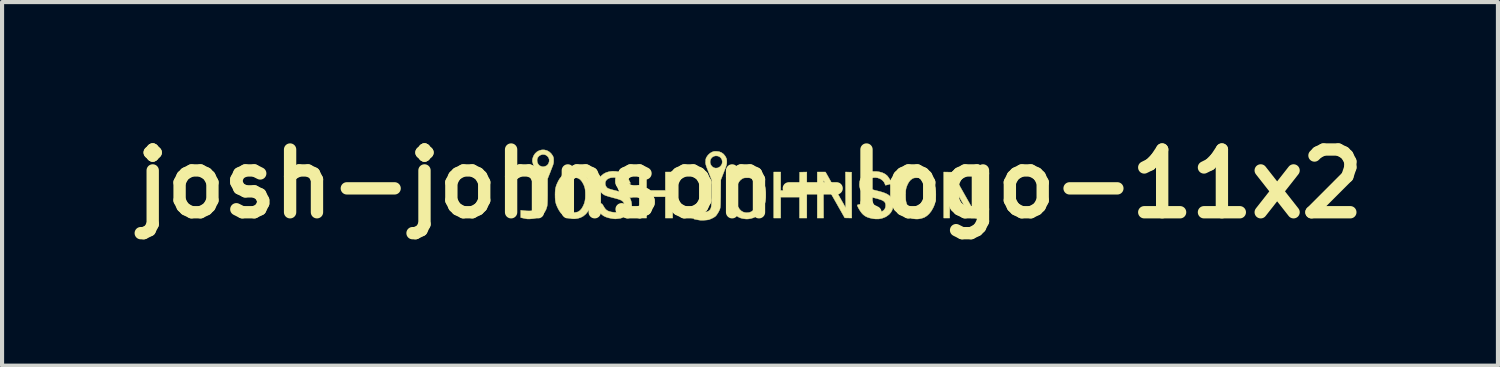
<source format=kicad_pcb>
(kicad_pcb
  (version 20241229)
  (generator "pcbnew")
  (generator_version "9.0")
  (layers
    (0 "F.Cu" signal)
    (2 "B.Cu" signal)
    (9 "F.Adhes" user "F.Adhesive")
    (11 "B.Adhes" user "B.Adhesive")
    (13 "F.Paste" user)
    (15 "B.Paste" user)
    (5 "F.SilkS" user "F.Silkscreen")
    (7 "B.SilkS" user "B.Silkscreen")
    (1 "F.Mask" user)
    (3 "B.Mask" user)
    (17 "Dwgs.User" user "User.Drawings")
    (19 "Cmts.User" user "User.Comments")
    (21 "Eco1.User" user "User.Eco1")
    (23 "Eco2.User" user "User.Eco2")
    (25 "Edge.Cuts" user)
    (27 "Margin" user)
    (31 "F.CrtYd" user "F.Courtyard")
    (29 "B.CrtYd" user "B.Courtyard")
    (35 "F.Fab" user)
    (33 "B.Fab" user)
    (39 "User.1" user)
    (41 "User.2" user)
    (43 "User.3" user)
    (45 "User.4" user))
  (footprint "josh-johnson-logo-11x2"
    (layer "F.Cu")
    (at 15.175 1.418)
    (property "Reference" "josh-johnson-logo-11x2" (at 0 0 0) (layer "F.SilkS") (effects (font (size 1.524 1.524) (thickness 0.3))))
    (attr through_hole)
    (fp_poly (pts (xy -2.515 0.161) (xy -2.057 0.161) (xy -2.057 -0.288) (xy -1.88 -0.288) (xy -1.88 0.83) (xy -2.057 0.83) (xy -2.057 0.313) (xy -2.515 0.313) (xy -2.515 0.83) (xy -2.692 0.83) (xy -2.692 -0.288) (xy -2.515 -0.288) (xy -2.515 0.161)) (stroke (width 0.01) (type solid)) (fill yes) (layer "F.SilkS"))
    (fp_poly (pts (xy 1.38 0.83) (xy 1.202 0.83) (xy 1.202 0.322) (xy 0.745 0.322) (xy 0.745 0.83) (xy 0.576 0.83) (xy 0.576 -0.288) (xy 0.745 -0.288) (xy 0.745 0.161) (xy 1.202 0.161) (xy 1.204 -0.061) (xy 1.206 -0.284) (xy 1.38 -0.288) (xy 1.38 0.83)) (stroke (width 0.01) (type solid)) (fill yes) (layer "F.SilkS"))
    (fp_poly (pts (xy 4.807 -0.286) (xy 4.906 -0.284) (xy 5.393 0.579) (xy 5.393 -0.288) (xy 5.537 -0.288) (xy 5.537 0.83) (xy 5.372 0.829) (xy 5.114 0.371) (xy 4.856 -0.088) (xy 4.853 0.371) (xy 4.851 0.83) (xy 4.707 0.83) (xy 4.707 -0.288) (xy 4.807 -0.286)) (stroke (width 0.01) (type solid)) (fill yes) (layer "F.SilkS"))
    (fp_poly (pts (xy 2.394 -0.286) (xy 2.468 -0.284) (xy 2.47 0.273) (xy 2.472 0.83) (xy 2.302 0.826) (xy 2.048 0.377) (xy 2.002 0.297) (xy 1.959 0.221) (xy 1.92 0.15) (xy 1.884 0.087) (xy 1.852 0.032) (xy 1.826 -0.014) (xy 1.807 -0.049) (xy 1.794 -0.072) (xy 1.788 -0.082) (xy 1.788 -0.082) (xy 1.787 -0.076) (xy 1.786 -0.054) (xy 1.785 -0.018) (xy 1.785 0.03) (xy 1.784 0.089) (xy 1.784 0.158) (xy 1.784 0.234) (xy 1.785 0.317) (xy 1.785 0.369) (xy 1.787 0.83) (xy 1.634 0.83) (xy 1.634 -0.288) (xy 1.834 -0.288) (xy 2.021 0.044) (xy 2.063 0.118) (xy 2.104 0.19) (xy 2.143 0.259) (xy 2.179 0.324) (xy 2.211 0.381) (xy 2.238 0.429) (xy 2.259 0.465) (xy 2.267 0.479) (xy 2.324 0.582) (xy 2.322 0.147) (xy 2.319 -0.289) (xy 2.394 -0.286)) (stroke (width 0.01) (type solid)) (fill yes) (layer "F.SilkS"))
    (fp_poly (pts (xy -4.241 -0.307) (xy -4.216 -0.304) (xy -4.157 -0.293) (xy -4.11 -0.278) (xy -4.068 -0.257) (xy -4.028 -0.226) (xy -3.996 -0.197) (xy -3.931 -0.125) (xy -3.882 -0.044) (xy -3.846 0.045) (xy -3.825 0.143) (xy -3.821 0.182) (xy -3.817 0.288) (xy -3.826 0.386) (xy -3.847 0.478) (xy -3.881 0.568) (xy -3.892 0.591) (xy -3.938 0.668) (xy -3.991 0.733) (xy -4.051 0.783) (xy -4.116 0.818) (xy -4.183 0.838) (xy -4.229 0.845) (xy -4.264 0.849) (xy -4.292 0.849) (xy -4.321 0.847) (xy -4.339 0.845) (xy -4.418 0.828) (xy -4.486 0.8) (xy -4.546 0.759) (xy -4.599 0.705) (xy -4.645 0.636) (xy -4.674 0.581) (xy -4.697 0.53) (xy -4.714 0.484) (xy -4.725 0.44) (xy -4.732 0.392) (xy -4.736 0.337) (xy -4.737 0.271) (xy -4.737 0.263) (xy -4.554 0.263) (xy -4.553 0.305) (xy -4.551 0.355) (xy -4.549 0.392) (xy -4.546 0.421) (xy -4.54 0.445) (xy -4.532 0.47) (xy -4.522 0.497) (xy -4.494 0.558) (xy -4.461 0.61) (xy -4.426 0.649) (xy -4.412 0.66) (xy -4.366 0.683) (xy -4.312 0.695) (xy -4.254 0.696) (xy -4.199 0.685) (xy -4.178 0.678) (xy -4.134 0.649) (xy -4.094 0.605) (xy -4.059 0.546) (xy -4.053 0.533) (xy -4.032 0.485) (xy -4.018 0.441) (xy -4.009 0.397) (xy -4.003 0.346) (xy -4.001 0.285) (xy -4.001 0.262) (xy -4.002 0.198) (xy -4.006 0.145) (xy -4.014 0.1) (xy -4.026 0.058) (xy -4.045 0.015) (xy -4.058 -0.011) (xy -4.093 -0.068) (xy -4.132 -0.11) (xy -4.178 -0.138) (xy -4.232 -0.152) (xy -4.29 -0.155) (xy -4.35 -0.146) (xy -4.403 -0.122) (xy -4.449 -0.083) (xy -4.488 -0.029) (xy -4.512 0.022) (xy -4.53 0.067) (xy -4.542 0.11) (xy -4.55 0.154) (xy -4.553 0.203) (xy -4.554 0.263) (xy -4.737 0.263) (xy -4.736 0.203) (xy -4.732 0.148) (xy -4.725 0.101) (xy -4.713 0.057) (xy -4.697 0.012) (xy -4.673 -0.039) (xy -4.672 -0.042) (xy -4.648 -0.088) (xy -4.626 -0.124) (xy -4.602 -0.155) (xy -4.573 -0.186) (xy -4.571 -0.188) (xy -4.523 -0.231) (xy -4.476 -0.262) (xy -4.426 -0.284) (xy -4.366 -0.298) (xy -4.355 -0.301) (xy -4.311 -0.307) (xy -4.275 -0.309) (xy -4.241 -0.307)) (stroke (width 0.01) (type solid)) (fill yes) (layer "F.SilkS"))
    (fp_poly (pts (xy -4.943 -0.813) (xy -4.924 -0.805) (xy -4.876 -0.777) (xy -4.832 -0.736) (xy -4.798 -0.689) (xy -4.794 -0.682) (xy -4.782 -0.657) (xy -4.775 -0.634) (xy -4.772 -0.607) (xy -4.772 -0.569) (xy -4.772 -0.567) (xy -4.772 -0.544) (xy -4.773 -0.524) (xy -4.776 -0.504) (xy -4.781 -0.482) (xy -4.789 -0.455) (xy -4.802 -0.421) (xy -4.819 -0.377) (xy -4.841 -0.321) (xy -4.845 -0.309) (xy -4.919 -0.123) (xy -4.919 0.182) (xy -4.919 0.272) (xy -4.92 0.346) (xy -4.921 0.406) (xy -4.923 0.454) (xy -4.925 0.492) (xy -4.928 0.521) (xy -4.931 0.542) (xy -4.931 0.543) (xy -4.956 0.622) (xy -4.993 0.69) (xy -5.043 0.748) (xy -5.104 0.793) (xy -5.176 0.826) (xy -5.186 0.829) (xy -5.221 0.837) (xy -5.266 0.844) (xy -5.316 0.849) (xy -5.364 0.852) (xy -5.405 0.852) (xy -5.423 0.85) (xy -5.444 0.846) (xy -5.475 0.84) (xy -5.509 0.833) (xy -5.51 0.833) (xy -5.571 0.82) (xy -5.571 0.641) (xy -5.527 0.647) (xy -5.437 0.656) (xy -5.361 0.658) (xy -5.299 0.654) (xy -5.249 0.643) (xy -5.21 0.625) (xy -5.18 0.599) (xy -5.162 0.572) (xy -5.157 0.563) (xy -5.154 0.553) (xy -5.15 0.542) (xy -5.148 0.526) (xy -5.146 0.504) (xy -5.145 0.476) (xy -5.144 0.438) (xy -5.143 0.389) (xy -5.142 0.328) (xy -5.141 0.252) (xy -5.141 0.205) (xy -5.138 -0.128) (xy -5.207 -0.304) (xy -5.233 -0.374) (xy -5.254 -0.431) (xy -5.27 -0.476) (xy -5.28 -0.513) (xy -5.286 -0.543) (xy -5.288 -0.568) (xy -5.287 -0.592) (xy -5.286 -0.595) (xy -5.173 -0.595) (xy -5.173 -0.552) (xy -5.163 -0.51) (xy -5.143 -0.473) (xy -5.117 -0.446) (xy -5.104 -0.438) (xy -5.066 -0.423) (xy -5.036 -0.416) (xy -5.008 -0.418) (xy -4.976 -0.427) (xy -4.937 -0.446) (xy -4.91 -0.474) (xy -4.893 -0.504) (xy -4.879 -0.551) (xy -4.881 -0.598) (xy -4.897 -0.64) (xy -4.926 -0.676) (xy -4.965 -0.702) (xy -4.997 -0.712) (xy -5.042 -0.715) (xy -5.087 -0.702) (xy -5.127 -0.677) (xy -5.157 -0.641) (xy -5.162 -0.633) (xy -5.173 -0.595) (xy -5.286 -0.595) (xy -5.282 -0.616) (xy -5.28 -0.626) (xy -5.256 -0.687) (xy -5.221 -0.739) (xy -5.176 -0.78) (xy -5.123 -0.809) (xy -5.065 -0.825) (xy -5.004 -0.827) (xy -4.943 -0.813)) (stroke (width 0.01) (type solid)) (fill yes) (layer "F.SilkS"))
    (fp_poly (pts (xy -0.004 -0.298) (xy 0.066 -0.282) (xy 0.129 -0.257) (xy 0.129 -0.256) (xy 0.164 -0.232) (xy 0.204 -0.196) (xy 0.244 -0.154) (xy 0.281 -0.108) (xy 0.31 -0.063) (xy 0.316 -0.053) (xy 0.343 0.005) (xy 0.363 0.063) (xy 0.375 0.125) (xy 0.382 0.195) (xy 0.383 0.258) (xy 0.382 0.334) (xy 0.376 0.397) (xy 0.366 0.454) (xy 0.349 0.508) (xy 0.325 0.565) (xy 0.316 0.583) (xy 0.29 0.634) (xy 0.262 0.675) (xy 0.228 0.716) (xy 0.217 0.727) (xy 0.17 0.771) (xy 0.126 0.803) (xy 0.079 0.825) (xy 0.025 0.84) (xy 0.011 0.843) (xy -0.035 0.851) (xy -0.074 0.854) (xy -0.113 0.852) (xy -0.159 0.845) (xy -0.174 0.843) (xy -0.227 0.83) (xy -0.272 0.811) (xy -0.315 0.783) (xy -0.361 0.743) (xy -0.366 0.739) (xy -0.397 0.706) (xy -0.422 0.674) (xy -0.445 0.637) (xy -0.466 0.598) (xy -0.493 0.538) (xy -0.513 0.482) (xy -0.526 0.425) (xy -0.533 0.362) (xy -0.535 0.289) (xy -0.535 0.275) (xy -0.351 0.275) (xy -0.35 0.34) (xy -0.347 0.392) (xy -0.34 0.437) (xy -0.328 0.477) (xy -0.311 0.519) (xy -0.29 0.561) (xy -0.252 0.619) (xy -0.207 0.662) (xy -0.154 0.689) (xy -0.096 0.701) (xy -0.032 0.697) (xy 0.001 0.689) (xy 0.049 0.666) (xy 0.093 0.628) (xy 0.131 0.576) (xy 0.163 0.511) (xy 0.187 0.434) (xy 0.192 0.412) (xy 0.198 0.367) (xy 0.202 0.313) (xy 0.202 0.255) (xy 0.2 0.195) (xy 0.195 0.14) (xy 0.187 0.094) (xy 0.18 0.067) (xy 0.151 -0.001) (xy 0.12 -0.055) (xy 0.083 -0.096) (xy 0.044 -0.125) (xy 0.022 -0.136) (xy 0.003 -0.143) (xy -0.021 -0.147) (xy -0.054 -0.148) (xy -0.072 -0.148) (xy -0.113 -0.147) (xy -0.142 -0.144) (xy -0.165 -0.138) (xy -0.182 -0.13) (xy -0.231 -0.095) (xy -0.271 -0.046) (xy -0.296 -0.003) (xy -0.317 0.043) (xy -0.332 0.083) (xy -0.342 0.123) (xy -0.348 0.167) (xy -0.351 0.219) (xy -0.351 0.275) (xy -0.535 0.275) (xy -0.533 0.197) (xy -0.526 0.13) (xy -0.513 0.07) (xy -0.493 0.012) (xy -0.468 -0.042) (xy -0.429 -0.109) (xy -0.381 -0.17) (xy -0.328 -0.222) (xy -0.278 -0.257) (xy -0.219 -0.283) (xy -0.151 -0.298) (xy -0.078 -0.303) (xy -0.004 -0.298)) (stroke (width 0.01) (type solid)) (fill yes) (layer "F.SilkS"))
    (fp_poly (pts (xy 4.102 -0.302) (xy 4.149 -0.294) (xy 4.196 -0.283) (xy 4.237 -0.269) (xy 4.268 -0.254) (xy 4.27 -0.253) (xy 4.32 -0.212) (xy 4.37 -0.161) (xy 4.414 -0.106) (xy 4.441 -0.063) (xy 4.47 -0.004) (xy 4.491 0.053) (xy 4.505 0.113) (xy 4.513 0.18) (xy 4.515 0.258) (xy 4.514 0.333) (xy 4.509 0.396) (xy 4.498 0.452) (xy 4.482 0.506) (xy 4.459 0.561) (xy 4.445 0.589) (xy 4.403 0.662) (xy 4.353 0.725) (xy 4.299 0.775) (xy 4.242 0.811) (xy 4.238 0.814) (xy 4.184 0.833) (xy 4.125 0.847) (xy 4.067 0.854) (xy 4.014 0.852) (xy 4 0.85) (xy 3.946 0.839) (xy 3.904 0.828) (xy 3.871 0.817) (xy 3.843 0.802) (xy 3.817 0.783) (xy 3.787 0.758) (xy 3.768 0.74) (xy 3.738 0.71) (xy 3.714 0.681) (xy 3.693 0.649) (xy 3.671 0.607) (xy 3.666 0.598) (xy 3.638 0.534) (xy 3.617 0.472) (xy 3.605 0.407) (xy 3.598 0.335) (xy 3.597 0.275) (xy 3.781 0.275) (xy 3.782 0.34) (xy 3.785 0.392) (xy 3.792 0.436) (xy 3.803 0.477) (xy 3.82 0.518) (xy 3.842 0.561) (xy 3.88 0.619) (xy 3.925 0.662) (xy 3.977 0.689) (xy 4.036 0.701) (xy 4.099 0.697) (xy 4.132 0.689) (xy 4.183 0.666) (xy 4.227 0.627) (xy 4.265 0.573) (xy 4.291 0.517) (xy 4.31 0.465) (xy 4.323 0.417) (xy 4.33 0.367) (xy 4.334 0.31) (xy 4.335 0.262) (xy 4.333 0.191) (xy 4.326 0.132) (xy 4.315 0.08) (xy 4.296 0.029) (xy 4.289 0.013) (xy 4.262 -0.039) (xy 4.234 -0.078) (xy 4.201 -0.108) (xy 4.175 -0.125) (xy 4.154 -0.136) (xy 4.134 -0.143) (xy 4.111 -0.147) (xy 4.078 -0.148) (xy 4.06 -0.148) (xy 4.019 -0.147) (xy 3.99 -0.144) (xy 3.967 -0.138) (xy 3.95 -0.13) (xy 3.903 -0.096) (xy 3.863 -0.049) (xy 3.837 -0.004) (xy 3.816 0.041) (xy 3.801 0.082) (xy 3.79 0.123) (xy 3.784 0.169) (xy 3.781 0.223) (xy 3.781 0.275) (xy 3.597 0.275) (xy 3.6 0.191) (xy 3.609 0.118) (xy 3.626 0.051) (xy 3.651 -0.015) (xy 3.664 -0.042) (xy 3.703 -0.109) (xy 3.751 -0.171) (xy 3.804 -0.222) (xy 3.853 -0.257) (xy 3.897 -0.276) (xy 3.951 -0.292) (xy 4.009 -0.301) (xy 4.061 -0.305) (xy 4.102 -0.302)) (stroke (width 0.01) (type solid)) (fill yes) (layer "F.SilkS"))
    (fp_poly (pts (xy -0.754 -0.784) (xy -0.694 -0.761) (xy -0.643 -0.724) (xy -0.602 -0.673) (xy -0.587 -0.645) (xy -0.573 -0.615) (xy -0.566 -0.587) (xy -0.564 -0.554) (xy -0.564 -0.533) (xy -0.564 -0.512) (xy -0.566 -0.492) (xy -0.57 -0.472) (xy -0.576 -0.448) (xy -0.586 -0.417) (xy -0.6 -0.378) (xy -0.62 -0.328) (xy -0.637 -0.284) (xy -0.71 -0.097) (xy -0.714 0.233) (xy -0.714 0.319) (xy -0.716 0.389) (xy -0.717 0.446) (xy -0.718 0.492) (xy -0.72 0.528) (xy -0.722 0.555) (xy -0.724 0.577) (xy -0.728 0.593) (xy -0.731 0.608) (xy -0.732 0.61) (xy -0.746 0.643) (xy -0.766 0.683) (xy -0.791 0.723) (xy -0.815 0.759) (xy -0.837 0.784) (xy -0.838 0.786) (xy -0.862 0.803) (xy -0.896 0.824) (xy -0.936 0.843) (xy -0.974 0.86) (xy -1.005 0.87) (xy -1.008 0.871) (xy -1.045 0.877) (xy -1.091 0.881) (xy -1.139 0.884) (xy -1.182 0.885) (xy -1.206 0.883) (xy -1.232 0.88) (xy -1.267 0.874) (xy -1.302 0.867) (xy -1.363 0.854) (xy -1.363 0.671) (xy -1.323 0.679) (xy -1.298 0.682) (xy -1.262 0.685) (xy -1.219 0.688) (xy -1.181 0.689) (xy -1.119 0.688) (xy -1.07 0.682) (xy -1.032 0.672) (xy -1.002 0.656) (xy -0.976 0.633) (xy -0.975 0.631) (xy -0.964 0.617) (xy -0.956 0.601) (xy -0.949 0.581) (xy -0.943 0.555) (xy -0.939 0.522) (xy -0.936 0.48) (xy -0.933 0.427) (xy -0.932 0.363) (xy -0.931 0.284) (xy -0.931 0.201) (xy -0.931 -0.092) (xy -1.005 -0.281) (xy -1.029 -0.341) (xy -1.047 -0.387) (xy -1.06 -0.424) (xy -1.069 -0.452) (xy -1.075 -0.474) (xy -1.078 -0.494) (xy -1.079 -0.513) (xy -1.079 -0.527) (xy -0.97 -0.527) (xy -0.962 -0.485) (xy -0.943 -0.447) (xy -0.916 -0.416) (xy -0.881 -0.394) (xy -0.84 -0.383) (xy -0.796 -0.386) (xy -0.774 -0.392) (xy -0.73 -0.417) (xy -0.698 -0.453) (xy -0.679 -0.495) (xy -0.674 -0.542) (xy -0.684 -0.591) (xy -0.69 -0.604) (xy -0.716 -0.64) (xy -0.751 -0.665) (xy -0.792 -0.679) (xy -0.836 -0.681) (xy -0.878 -0.672) (xy -0.916 -0.65) (xy -0.946 -0.617) (xy -0.947 -0.616) (xy -0.966 -0.572) (xy -0.97 -0.527) (xy -1.079 -0.527) (xy -1.079 -0.535) (xy -1.079 -0.538) (xy -1.078 -0.578) (xy -1.073 -0.607) (xy -1.065 -0.632) (xy -1.06 -0.642) (xy -1.021 -0.699) (xy -0.971 -0.745) (xy -0.933 -0.768) (xy -0.902 -0.781) (xy -0.874 -0.789) (xy -0.84 -0.791) (xy -0.821 -0.791) (xy -0.754 -0.784)) (stroke (width 0.01) (type solid)) (fill yes) (layer "F.SilkS"))
    (fp_poly (pts (xy -3.264 -0.304) (xy -3.24 -0.301) (xy -3.17 -0.286) (xy -3.113 -0.267) (xy -3.066 -0.242) (xy -3.027 -0.21) (xy -2.992 -0.169) (xy -2.981 -0.154) (xy -2.963 -0.126) (xy -2.945 -0.095) (xy -2.928 -0.064) (xy -2.915 -0.038) (xy -2.907 -0.02) (xy -2.906 -0.013) (xy -2.914 -0.009) (xy -2.936 -0.003) (xy -2.966 0.006) (xy -2.987 0.011) (xy -3.065 0.033) (xy -3.07 0.01) (xy -3.09 -0.041) (xy -3.124 -0.085) (xy -3.17 -0.119) (xy -3.225 -0.143) (xy -3.289 -0.155) (xy -3.315 -0.156) (xy -3.378 -0.151) (xy -3.431 -0.135) (xy -3.473 -0.109) (xy -3.503 -0.074) (xy -3.518 -0.032) (xy -3.518 0.01) (xy -3.504 0.053) (xy -3.483 0.084) (xy -3.472 0.096) (xy -3.457 0.106) (xy -3.438 0.115) (xy -3.41 0.125) (xy -3.373 0.137) (xy -3.323 0.15) (xy -3.262 0.165) (xy -3.174 0.188) (xy -3.101 0.211) (xy -3.042 0.235) (xy -2.995 0.261) (xy -2.958 0.291) (xy -2.929 0.326) (xy -2.907 0.367) (xy -2.89 0.416) (xy -2.882 0.447) (xy -2.873 0.518) (xy -2.881 0.586) (xy -2.904 0.65) (xy -2.942 0.708) (xy -2.994 0.758) (xy -3.059 0.801) (xy -3.066 0.804) (xy -3.096 0.818) (xy -3.122 0.828) (xy -3.149 0.836) (xy -3.181 0.841) (xy -3.223 0.846) (xy -3.26 0.85) (xy -3.282 0.85) (xy -3.315 0.847) (xy -3.352 0.842) (xy -3.359 0.841) (xy -3.44 0.825) (xy -3.507 0.803) (xy -3.563 0.775) (xy -3.608 0.739) (xy -3.625 0.722) (xy -3.649 0.692) (xy -3.676 0.652) (xy -3.702 0.609) (xy -3.725 0.567) (xy -3.738 0.54) (xy -3.751 0.509) (xy -3.685 0.495) (xy -3.652 0.488) (xy -3.625 0.483) (xy -3.609 0.48) (xy -3.607 0.48) (xy -3.597 0.486) (xy -3.582 0.505) (xy -3.565 0.534) (xy -3.562 0.537) (xy -3.533 0.586) (xy -3.505 0.621) (xy -3.473 0.646) (xy -3.434 0.665) (xy -3.382 0.68) (xy -3.372 0.682) (xy -3.304 0.693) (xy -3.24 0.692) (xy -3.183 0.681) (xy -3.133 0.66) (xy -3.095 0.63) (xy -3.078 0.607) (xy -3.061 0.566) (xy -3.055 0.523) (xy -3.059 0.482) (xy -3.073 0.448) (xy -3.078 0.441) (xy -3.094 0.424) (xy -3.113 0.409) (xy -3.137 0.395) (xy -3.168 0.383) (xy -3.208 0.369) (xy -3.261 0.354) (xy -3.319 0.339) (xy -3.373 0.324) (xy -3.424 0.31) (xy -3.469 0.296) (xy -3.504 0.285) (xy -3.527 0.276) (xy -3.527 0.276) (xy -3.584 0.241) (xy -3.63 0.194) (xy -3.665 0.138) (xy -3.687 0.074) (xy -3.694 0.006) (xy -3.69 -0.046) (xy -3.68 -0.094) (xy -3.664 -0.133) (xy -3.639 -0.169) (xy -3.616 -0.194) (xy -3.562 -0.24) (xy -3.497 -0.275) (xy -3.424 -0.297) (xy -3.345 -0.307) (xy -3.264 -0.304)) (stroke (width 0.01) (type solid)) (fill yes) (layer "F.SilkS"))
    (fp_poly (pts (xy 3.068 -0.302) (xy 3.146 -0.291) (xy 3.217 -0.271) (xy 3.278 -0.241) (xy 3.327 -0.203) (xy 3.329 -0.201) (xy 3.349 -0.178) (xy 3.371 -0.147) (xy 3.393 -0.113) (xy 3.414 -0.079) (xy 3.43 -0.048) (xy 3.439 -0.026) (xy 3.441 -0.02) (xy 3.437 -0.012) (xy 3.422 -0.003) (xy 3.395 0.006) (xy 3.37 0.014) (xy 3.337 0.023) (xy 3.311 0.029) (xy 3.295 0.033) (xy 3.293 0.034) (xy 3.288 0.027) (xy 3.28 0.008) (xy 3.277 -0.001) (xy 3.257 -0.042) (xy 3.224 -0.081) (xy 3.18 -0.114) (xy 3.154 -0.128) (xy 3.1 -0.147) (xy 3.042 -0.154) (xy 2.985 -0.15) (xy 2.932 -0.135) (xy 2.887 -0.111) (xy 2.86 -0.086) (xy 2.838 -0.047) (xy 2.831 -0.005) (xy 2.841 0.04) (xy 2.843 0.044) (xy 2.854 0.066) (xy 2.866 0.084) (xy 2.881 0.099) (xy 2.901 0.112) (xy 2.928 0.124) (xy 2.965 0.136) (xy 3.014 0.15) (xy 3.076 0.166) (xy 3.103 0.172) (xy 3.19 0.195) (xy 3.261 0.218) (xy 3.319 0.243) (xy 3.364 0.269) (xy 3.399 0.298) (xy 3.424 0.331) (xy 3.433 0.346) (xy 3.463 0.422) (xy 3.477 0.495) (xy 3.474 0.565) (xy 3.457 0.631) (xy 3.424 0.692) (xy 3.377 0.745) (xy 3.316 0.79) (xy 3.285 0.807) (xy 3.21 0.836) (xy 3.134 0.851) (xy 3.052 0.852) (xy 2.975 0.843) (xy 2.903 0.827) (xy 2.845 0.807) (xy 2.797 0.782) (xy 2.754 0.75) (xy 2.725 0.721) (xy 2.703 0.694) (xy 2.68 0.661) (xy 2.657 0.626) (xy 2.637 0.591) (xy 2.621 0.559) (xy 2.61 0.534) (xy 2.607 0.517) (xy 2.609 0.512) (xy 2.627 0.507) (xy 2.653 0.501) (xy 2.684 0.494) (xy 2.713 0.488) (xy 2.735 0.484) (xy 2.743 0.483) (xy 2.753 0.49) (xy 2.768 0.508) (xy 2.784 0.533) (xy 2.784 0.534) (xy 2.816 0.586) (xy 2.848 0.625) (xy 2.884 0.652) (xy 2.928 0.672) (xy 2.984 0.687) (xy 2.999 0.69) (xy 3.075 0.698) (xy 3.142 0.692) (xy 3.2 0.674) (xy 3.249 0.642) (xy 3.25 0.64) (xy 3.277 0.606) (xy 3.292 0.565) (xy 3.296 0.525) (xy 3.293 0.49) (xy 3.284 0.461) (xy 3.267 0.436) (xy 3.24 0.414) (xy 3.202 0.394) (xy 3.15 0.376) (xy 3.085 0.356) (xy 3.051 0.348) (xy 2.978 0.329) (xy 2.919 0.312) (xy 2.871 0.297) (xy 2.834 0.283) (xy 2.803 0.267) (xy 2.778 0.251) (xy 2.755 0.231) (xy 2.744 0.221) (xy 2.702 0.171) (xy 2.675 0.118) (xy 2.661 0.058) (xy 2.659 0.013) (xy 2.665 -0.057) (xy 2.683 -0.118) (xy 2.716 -0.17) (xy 2.763 -0.216) (xy 2.825 -0.256) (xy 2.839 -0.263) (xy 2.877 -0.28) (xy 2.907 -0.291) (xy 2.938 -0.298) (xy 2.976 -0.301) (xy 2.985 -0.302) (xy 3.068 -0.302)) (stroke (width 0.01) (type solid)) (fill yes) (layer "F.SilkS")))
  (gr_rect
    (start -3 -3)
    (end 33.349 5.836)
    (stroke (width 0.1) (type default))
    (fill no)
    (layer "Edge.Cuts")))
</source>
